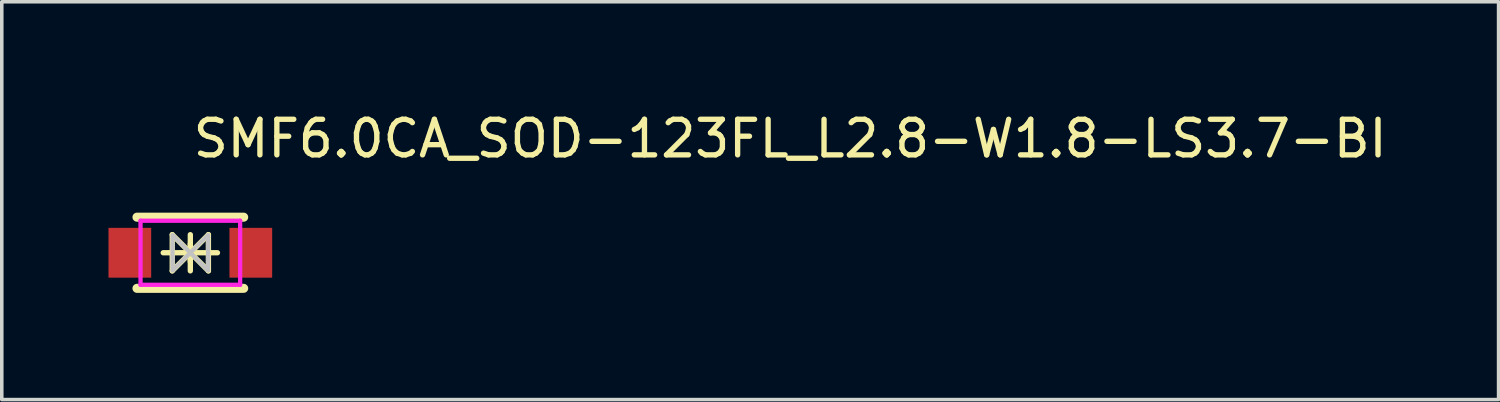
<source format=kicad_pcb>
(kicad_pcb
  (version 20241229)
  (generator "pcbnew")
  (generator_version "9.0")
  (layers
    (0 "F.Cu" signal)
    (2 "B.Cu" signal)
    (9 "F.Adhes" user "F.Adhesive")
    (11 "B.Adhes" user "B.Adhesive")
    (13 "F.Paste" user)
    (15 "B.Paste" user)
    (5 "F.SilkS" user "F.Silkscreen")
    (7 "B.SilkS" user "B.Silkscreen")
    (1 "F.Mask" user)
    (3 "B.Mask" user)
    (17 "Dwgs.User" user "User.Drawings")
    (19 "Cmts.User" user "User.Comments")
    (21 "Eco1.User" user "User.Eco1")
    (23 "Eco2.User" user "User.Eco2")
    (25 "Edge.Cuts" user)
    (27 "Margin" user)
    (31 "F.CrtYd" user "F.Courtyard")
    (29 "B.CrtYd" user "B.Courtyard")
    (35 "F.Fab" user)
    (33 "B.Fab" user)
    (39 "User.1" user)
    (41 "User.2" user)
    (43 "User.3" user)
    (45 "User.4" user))
  (footprint "SMF6.0CA_SOD-123FL_L2.8-W1.8-LS3.7-BI"
    (layer "F.Cu")
    (at 2.3 4.055)
    (property "Reference" "SMF6.0CA_SOD-123FL_L2.8-W1.8-LS3.7-BI" (at 0 -3.207 0) (layer "F.SilkS") (effects (font (size 1 1) (thickness 0.15)) (justify left)))
    (attr through_hole)
    (fp_line (start -1.5 -1) (end 1.5 -1) (stroke (width 0.254) (type solid)) (layer "F.SilkS"))
    (fp_line (start -1.5 1) (end 1.5 1) (stroke (width 0.254) (type solid)) (layer "F.SilkS"))
    (fp_line (start -0.762 0) (end 0.762 0) (stroke (width 0.15) (type solid)) (layer "F.SilkS"))
    (fp_line (start -0.508 -0.508) (end -0.508 0.508) (stroke (width 0.15) (type solid)) (layer "F.SilkS"))
    (fp_line (start 0 -0.508) (end 0 0.508) (stroke (width 0.15) (type solid)) (layer "F.SilkS"))
    (fp_line (start 0 0) (end -0.508 -0.508) (stroke (width 0.15) (type solid)) (layer "F.SilkS"))
    (fp_line (start 0 0) (end -0.508 0.508) (stroke (width 0.15) (type solid)) (layer "F.SilkS"))
    (fp_line (start 0 0) (end 0.508 -0.508) (stroke (width 0.15) (type solid)) (layer "F.SilkS"))
    (fp_line (start 0 0) (end 0.508 0.508) (stroke (width 0.15) (type solid)) (layer "F.SilkS"))
    (fp_line (start 0 0.254) (end 0 -0.254) (stroke (width 0.15) (type solid)) (layer "F.SilkS"))
    (fp_line (start 0.508 0.508) (end 0.508 -0.508) (stroke (width 0.15) (type solid)) (layer "F.SilkS"))
    (fp_poly (pts (xy -0.5 -0.5) (xy -0.5 0.5) (xy 0 0)) (stroke (width 0.12) (type solid)) (fill no) (layer "Dwgs.User"))
    (fp_poly (pts (xy 0.5 0.5) (xy 0.5 -0.5) (xy 0 0)) (stroke (width 0.12) (type solid)) (fill no) (layer "Dwgs.User"))
    (fp_circle (center -1.8 0.9) (end -1.77 0.9) (stroke (width 0.06) (type solid)) (fill no) (layer "Eco2.User"))
    (fp_poly (pts (xy -1.8 -0.5) (xy -1.275 -0.5) (xy -1.275 0.5) (xy -1.8 0.5)) (stroke (width 0.12) (type solid)) (fill no) (layer "Eco2.User"))
    (fp_poly (pts (xy 1.275 -0.5) (xy 1.8 -0.5) (xy 1.8 0.5) (xy 1.275 0.5)) (stroke (width 0.12) (type solid)) (fill no) (layer "Eco2.User"))
    (fp_line (start -1.4 -0.9) (end 1.4 -0.9) (stroke (width 0.12) (type solid)) (layer "F.CrtYd"))
    (fp_line (start -1.4 0.9) (end -1.4 -0.9) (stroke (width 0.12) (type solid)) (layer "F.CrtYd"))
    (fp_line (start 1.4 -0.9) (end 1.4 0.9) (stroke (width 0.12) (type solid)) (layer "F.CrtYd"))
    (fp_line (start 1.4 0.9) (end -1.4 0.9) (stroke (width 0.12) (type solid)) (layer "F.CrtYd"))
    (pad "1" smd rect (at -1.7 0) (size 1.2 1.4) (layers "F.Cu" "F.Mask" "F.Paste"))
    (pad "2" smd rect (at 1.7 0) (size 1.2 1.4) (layers "F.Cu" "F.Mask" "F.Paste")))
  (gr_rect
    (start -3 -3)
    (end 39.074 8.182)
    (stroke (width 0.1) (type default))
    (fill no)
    (layer "Edge.Cuts")))
</source>
